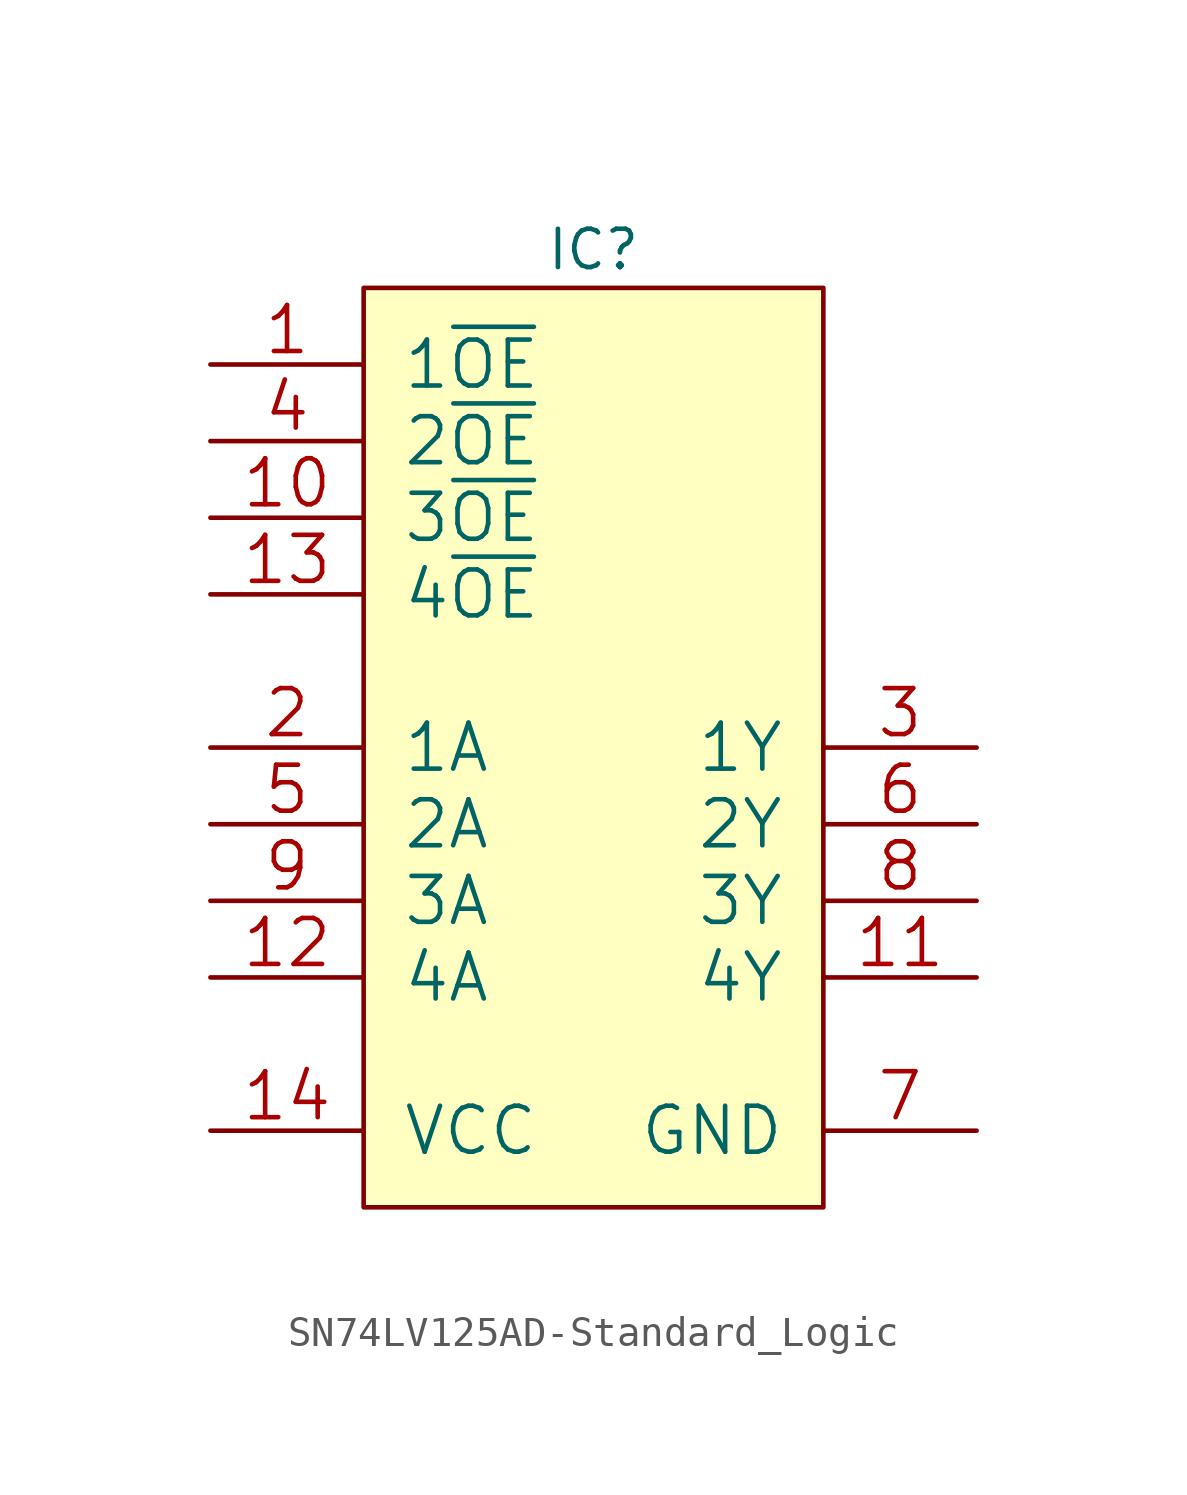
<source format=kicad_sym>
(kicad_symbol_lib
  (version 20200126)
  (host kicad_symbol_editor "(5.99.0-2809-gaceed2b0a4)")
  (symbol "LCD_Board-rescue:SN74LV125AD-Standard_Logic"
    (pin_names
      (offset 1.27))
    (property "Reference" "IC"
      (at 7.62 1.27 0)
      (effects (font (size 1.27 1.27))))
    (property "ki_locked" ""
      (at 0 0 0)
      (effects (font (size 1.27 1.27))))
    (symbol "SN74LV125AD-Standard_Logic_0_1"
      (rectangle (start 0 -30.48) (end 15.24 0) (stroke (width 0)) (fill (type background)))
      (pin input line (at -5.08 -2.54 0) (length 5.08) (name "1~OE" (effects (font (size 1.524 1.524)))) (number "1" (effects (font (size 1.524 1.524)))))
      (pin input line (at -5.08 -7.62 0) (length 5.08) (name "3~OE" (effects (font (size 1.524 1.524)))) (number "10" (effects (font (size 1.524 1.524)))))
      (pin tri_state line (at 20.32 -22.86 180) (length 5.08) (name "4Y" (effects (font (size 1.524 1.524)))) (number "11" (effects (font (size 1.524 1.524)))))
      (pin input line (at -5.08 -22.86 0) (length 5.08) (name "4A" (effects (font (size 1.524 1.524)))) (number "12" (effects (font (size 1.524 1.524)))))
      (pin input line (at -5.08 -10.16 0) (length 5.08) (name "4~OE" (effects (font (size 1.524 1.524)))) (number "13" (effects (font (size 1.524 1.524)))))
      (pin power_in line (at -5.08 -27.94 0) (length 5.08) (name "VCC" (effects (font (size 1.524 1.524)))) (number "14" (effects (font (size 1.524 1.524)))))
      (pin input line (at -5.08 -15.24 0) (length 5.08) (name "1A" (effects (font (size 1.524 1.524)))) (number "2" (effects (font (size 1.524 1.524)))))
      (pin tri_state line (at 20.32 -15.24 180) (length 5.08) (name "1Y" (effects (font (size 1.524 1.524)))) (number "3" (effects (font (size 1.524 1.524)))))
      (pin input line (at -5.08 -5.08 0) (length 5.08) (name "2~OE" (effects (font (size 1.524 1.524)))) (number "4" (effects (font (size 1.524 1.524)))))
      (pin input line (at -5.08 -17.78 0) (length 5.08) (name "2A" (effects (font (size 1.524 1.524)))) (number "5" (effects (font (size 1.524 1.524)))))
      (pin tri_state line (at 20.32 -17.78 180) (length 5.08) (name "2Y" (effects (font (size 1.524 1.524)))) (number "6" (effects (font (size 1.524 1.524)))))
      (pin power_in line (at 20.32 -27.94 180) (length 5.08) (name "GND" (effects (font (size 1.524 1.524)))) (number "7" (effects (font (size 1.524 1.524)))))
      (pin tri_state line (at 20.32 -20.32 180) (length 5.08) (name "3Y" (effects (font (size 1.524 1.524)))) (number "8" (effects (font (size 1.524 1.524)))))
      (pin input line (at -5.08 -20.32 0) (length 5.08) (name "3A" (effects (font (size 1.524 1.524)))) (number "9" (effects (font (size 1.524 1.524))))))))
</source>
